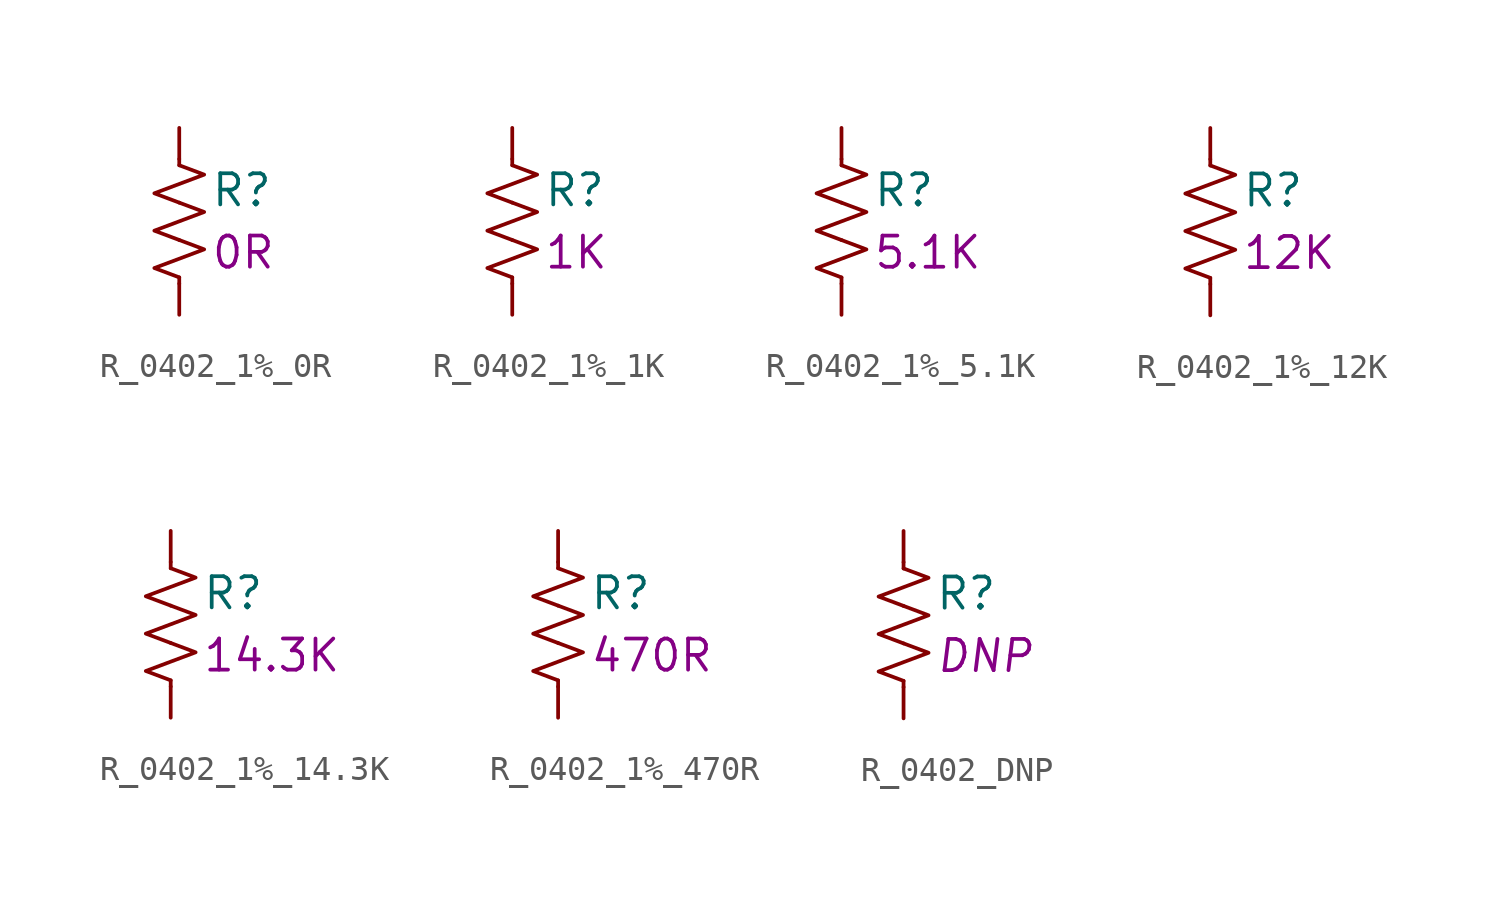
<source format=kicad_sym>
(kicad_symbol_lib
  (version 20211014)
  (generator kicad_symbol_editor)
  (symbol "R_0402_1%_0R"
    (pin_numbers hide)
    (pin_names
      (offset 0) hide)
    (property "Reference" "R"
      (at 1.27 1.27 0)
      (effects (font (size 1.27 1.27)) (justify left)))
    (property "Displayed Value" "0R"
      (at 1.27 -1.27 0)
      (effects (font (size 1.27 1.27)) (justify left)))
    (symbol "R_0402_1%_0R_0_1"
      (polyline (pts (xy 0 -2.286) (xy 0 -2.54)) (stroke (width 0) (type default) (color 0 0 0 0)) (fill (type none)))
      (polyline (pts (xy 0 2.286) (xy 0 2.54)) (stroke (width 0) (type default) (color 0 0 0 0)) (fill (type none)))
      (polyline (pts (xy 0 -0.762) (xy 1.016 -1.143) (xy 0 -1.524) (xy -1.016 -1.905) (xy 0 -2.286)) (stroke (width 0) (type default) (color 0 0 0 0)) (fill (type none)))
      (polyline (pts (xy 0 0.762) (xy 1.016 0.381) (xy 0 0) (xy -1.016 -0.381) (xy 0 -0.762)) (stroke (width 0) (type default) (color 0 0 0 0)) (fill (type none)))
      (polyline (pts (xy 0 2.286) (xy 1.016 1.905) (xy 0 1.524) (xy -1.016 1.143) (xy 0 0.762)) (stroke (width 0) (type default) (color 0 0 0 0)) (fill (type none))))
    (symbol "R_0402_1%_0R_1_1"
      (pin passive line (at 0 3.81 270) (length 1.27) (name "~" (effects (font (size 1.27 1.27)))) (number "1" (effects (font (size 1.27 1.27)))))
      (pin passive line (at 0 -3.81 90) (length 1.27) (name "~" (effects (font (size 1.27 1.27)))) (number "2" (effects (font (size 1.27 1.27)))))))
  (symbol "R_0402_1%_1K"
    (pin_numbers hide)
    (pin_names
      (offset 0) hide)
    (property "Reference" "R"
      (at 1.27 1.27 0)
      (effects (font (size 1.27 1.27)) (justify left)))
    (property "Displayed Value" "1K"
      (at 1.27 -1.27 0)
      (effects (font (size 1.27 1.27)) (justify left)))
    (symbol "R_0402_1%_1K_0_1"
      (polyline (pts (xy 0 -2.286) (xy 0 -2.54)) (stroke (width 0) (type default) (color 0 0 0 0)) (fill (type none)))
      (polyline (pts (xy 0 2.286) (xy 0 2.54)) (stroke (width 0) (type default) (color 0 0 0 0)) (fill (type none)))
      (polyline (pts (xy 0 -0.762) (xy 1.016 -1.143) (xy 0 -1.524) (xy -1.016 -1.905) (xy 0 -2.286)) (stroke (width 0) (type default) (color 0 0 0 0)) (fill (type none)))
      (polyline (pts (xy 0 0.762) (xy 1.016 0.381) (xy 0 0) (xy -1.016 -0.381) (xy 0 -0.762)) (stroke (width 0) (type default) (color 0 0 0 0)) (fill (type none)))
      (polyline (pts (xy 0 2.286) (xy 1.016 1.905) (xy 0 1.524) (xy -1.016 1.143) (xy 0 0.762)) (stroke (width 0) (type default) (color 0 0 0 0)) (fill (type none))))
    (symbol "R_0402_1%_1K_1_1"
      (pin passive line (at 0 3.81 270) (length 1.27) (name "~" (effects (font (size 1.27 1.27)))) (number "1" (effects (font (size 1.27 1.27)))))
      (pin passive line (at 0 -3.81 90) (length 1.27) (name "~" (effects (font (size 1.27 1.27)))) (number "2" (effects (font (size 1.27 1.27)))))))
  (symbol "R_0402_1%_5.1K"
    (pin_numbers hide)
    (pin_names
      (offset 0) hide)
    (property "Reference" "R"
      (at 1.27 1.27 0)
      (effects (font (size 1.27 1.27)) (justify left)))
    (property "Displayed Value" "5.1K"
      (at 1.27 -1.27 0)
      (effects (font (size 1.27 1.27)) (justify left)))
    (symbol "R_0402_1%_5.1K_0_1"
      (polyline (pts (xy 0 -2.286) (xy 0 -2.54)) (stroke (width 0) (type default) (color 0 0 0 0)) (fill (type none)))
      (polyline (pts (xy 0 2.286) (xy 0 2.54)) (stroke (width 0) (type default) (color 0 0 0 0)) (fill (type none)))
      (polyline (pts (xy 0 -0.762) (xy 1.016 -1.143) (xy 0 -1.524) (xy -1.016 -1.905) (xy 0 -2.286)) (stroke (width 0) (type default) (color 0 0 0 0)) (fill (type none)))
      (polyline (pts (xy 0 0.762) (xy 1.016 0.381) (xy 0 0) (xy -1.016 -0.381) (xy 0 -0.762)) (stroke (width 0) (type default) (color 0 0 0 0)) (fill (type none)))
      (polyline (pts (xy 0 2.286) (xy 1.016 1.905) (xy 0 1.524) (xy -1.016 1.143) (xy 0 0.762)) (stroke (width 0) (type default) (color 0 0 0 0)) (fill (type none))))
    (symbol "R_0402_1%_5.1K_1_1"
      (pin passive line (at 0 3.81 270) (length 1.27) (name "~" (effects (font (size 1.27 1.27)))) (number "1" (effects (font (size 1.27 1.27)))))
      (pin passive line (at 0 -3.81 90) (length 1.27) (name "~" (effects (font (size 1.27 1.27)))) (number "2" (effects (font (size 1.27 1.27)))))))
  (symbol "R_0402_1%_12K"
    (pin_numbers hide)
    (pin_names
      (offset 0) hide)
    (property "Reference" "R"
      (at 1.27 1.27 0)
      (effects (font (size 1.27 1.27)) (justify left)))
    (property "Displayed Value" "12K"
      (at 1.27 -1.27 0)
      (effects (font (size 1.27 1.27)) (justify left)))
    (symbol "R_0402_1%_12K_0_1"
      (polyline (pts (xy 0 -2.286) (xy 0 -2.54)) (stroke (width 0) (type default) (color 0 0 0 0)) (fill (type none)))
      (polyline (pts (xy 0 2.286) (xy 0 2.54)) (stroke (width 0) (type default) (color 0 0 0 0)) (fill (type none)))
      (polyline (pts (xy 0 -0.762) (xy 1.016 -1.143) (xy 0 -1.524) (xy -1.016 -1.905) (xy 0 -2.286)) (stroke (width 0) (type default) (color 0 0 0 0)) (fill (type none)))
      (polyline (pts (xy 0 0.762) (xy 1.016 0.381) (xy 0 0) (xy -1.016 -0.381) (xy 0 -0.762)) (stroke (width 0) (type default) (color 0 0 0 0)) (fill (type none)))
      (polyline (pts (xy 0 2.286) (xy 1.016 1.905) (xy 0 1.524) (xy -1.016 1.143) (xy 0 0.762)) (stroke (width 0) (type default) (color 0 0 0 0)) (fill (type none))))
    (symbol "R_0402_1%_12K_1_1"
      (pin passive line (at 0 3.81 270) (length 1.27) (name "~" (effects (font (size 1.27 1.27)))) (number "1" (effects (font (size 1.27 1.27)))))
      (pin passive line (at 0 -3.81 90) (length 1.27) (name "~" (effects (font (size 1.27 1.27)))) (number "2" (effects (font (size 1.27 1.27)))))))
  (symbol "R_0402_1%_14.3K"
    (pin_numbers hide)
    (pin_names
      (offset 0) hide)
    (property "Reference" "R"
      (at 1.27 1.27 0)
      (effects (font (size 1.27 1.27)) (justify left)))
    (property "Displayed Value" "14.3K"
      (at 1.27 -1.27 0)
      (effects (font (size 1.27 1.27)) (justify left)))
    (symbol "R_0402_1%_14.3K_0_1"
      (polyline (pts (xy 0 -2.286) (xy 0 -2.54)) (stroke (width 0) (type default) (color 0 0 0 0)) (fill (type none)))
      (polyline (pts (xy 0 2.286) (xy 0 2.54)) (stroke (width 0) (type default) (color 0 0 0 0)) (fill (type none)))
      (polyline (pts (xy 0 -0.762) (xy 1.016 -1.143) (xy 0 -1.524) (xy -1.016 -1.905) (xy 0 -2.286)) (stroke (width 0) (type default) (color 0 0 0 0)) (fill (type none)))
      (polyline (pts (xy 0 0.762) (xy 1.016 0.381) (xy 0 0) (xy -1.016 -0.381) (xy 0 -0.762)) (stroke (width 0) (type default) (color 0 0 0 0)) (fill (type none)))
      (polyline (pts (xy 0 2.286) (xy 1.016 1.905) (xy 0 1.524) (xy -1.016 1.143) (xy 0 0.762)) (stroke (width 0) (type default) (color 0 0 0 0)) (fill (type none))))
    (symbol "R_0402_1%_14.3K_1_1"
      (pin passive line (at 0 3.81 270) (length 1.27) (name "~" (effects (font (size 1.27 1.27)))) (number "1" (effects (font (size 1.27 1.27)))))
      (pin passive line (at 0 -3.81 90) (length 1.27) (name "~" (effects (font (size 1.27 1.27)))) (number "2" (effects (font (size 1.27 1.27)))))))
  (symbol "R_0402_1%_470R"
    (pin_numbers hide)
    (pin_names
      (offset 0) hide)
    (property "Reference" "R"
      (at 1.27 1.27 0)
      (effects (font (size 1.27 1.27)) (justify left)))
    (property "Displayed Value" "470R"
      (at 1.27 -1.27 0)
      (effects (font (size 1.27 1.27)) (justify left)))
    (symbol "R_0402_1%_470R_0_1"
      (polyline (pts (xy 0 -2.286) (xy 0 -2.54)) (stroke (width 0) (type default) (color 0 0 0 0)) (fill (type none)))
      (polyline (pts (xy 0 2.286) (xy 0 2.54)) (stroke (width 0) (type default) (color 0 0 0 0)) (fill (type none)))
      (polyline (pts (xy 0 -0.762) (xy 1.016 -1.143) (xy 0 -1.524) (xy -1.016 -1.905) (xy 0 -2.286)) (stroke (width 0) (type default) (color 0 0 0 0)) (fill (type none)))
      (polyline (pts (xy 0 0.762) (xy 1.016 0.381) (xy 0 0) (xy -1.016 -0.381) (xy 0 -0.762)) (stroke (width 0) (type default) (color 0 0 0 0)) (fill (type none)))
      (polyline (pts (xy 0 2.286) (xy 1.016 1.905) (xy 0 1.524) (xy -1.016 1.143) (xy 0 0.762)) (stroke (width 0) (type default) (color 0 0 0 0)) (fill (type none))))
    (symbol "R_0402_1%_470R_1_1"
      (pin passive line (at 0 3.81 270) (length 1.27) (name "~" (effects (font (size 1.27 1.27)))) (number "1" (effects (font (size 1.27 1.27)))))
      (pin passive line (at 0 -3.81 90) (length 1.27) (name "~" (effects (font (size 1.27 1.27)))) (number "2" (effects (font (size 1.27 1.27)))))))
  (symbol "R_0402_DNP"
    (pin_numbers hide)
    (pin_names
      (offset 0) hide)
    (property "Reference" "R"
      (at 1.27 1.27 0)
      (effects (font (size 1.27 1.27)) (justify left)))
    (property "Displayed Value" "DNP"
      (at 1.27 -1.27 0)
      (effects (font (size 1.27 1.27) italic) (justify left)))
    (symbol "R_0402_DNP_0_1"
      (polyline (pts (xy 0 -2.286) (xy 0 -2.54)) (stroke (width 0) (type default) (color 0 0 0 0)) (fill (type none)))
      (polyline (pts (xy 0 2.286) (xy 0 2.54)) (stroke (width 0) (type default) (color 0 0 0 0)) (fill (type none)))
      (polyline (pts (xy 0 -0.762) (xy 1.016 -1.143) (xy 0 -1.524) (xy -1.016 -1.905) (xy 0 -2.286)) (stroke (width 0) (type default) (color 0 0 0 0)) (fill (type none)))
      (polyline (pts (xy 0 0.762) (xy 1.016 0.381) (xy 0 0) (xy -1.016 -0.381) (xy 0 -0.762)) (stroke (width 0) (type default) (color 0 0 0 0)) (fill (type none)))
      (polyline (pts (xy 0 2.286) (xy 1.016 1.905) (xy 0 1.524) (xy -1.016 1.143) (xy 0 0.762)) (stroke (width 0) (type default) (color 0 0 0 0)) (fill (type none))))
    (symbol "R_0402_DNP_1_1"
      (pin passive line (at 0 3.81 270) (length 1.27) (name "~" (effects (font (size 1.27 1.27)))) (number "1" (effects (font (size 1.27 1.27)))))
      (pin passive line (at 0 -3.81 90) (length 1.27) (name "~" (effects (font (size 1.27 1.27)))) (number "2" (effects (font (size 1.27 1.27))))))))
</source>
